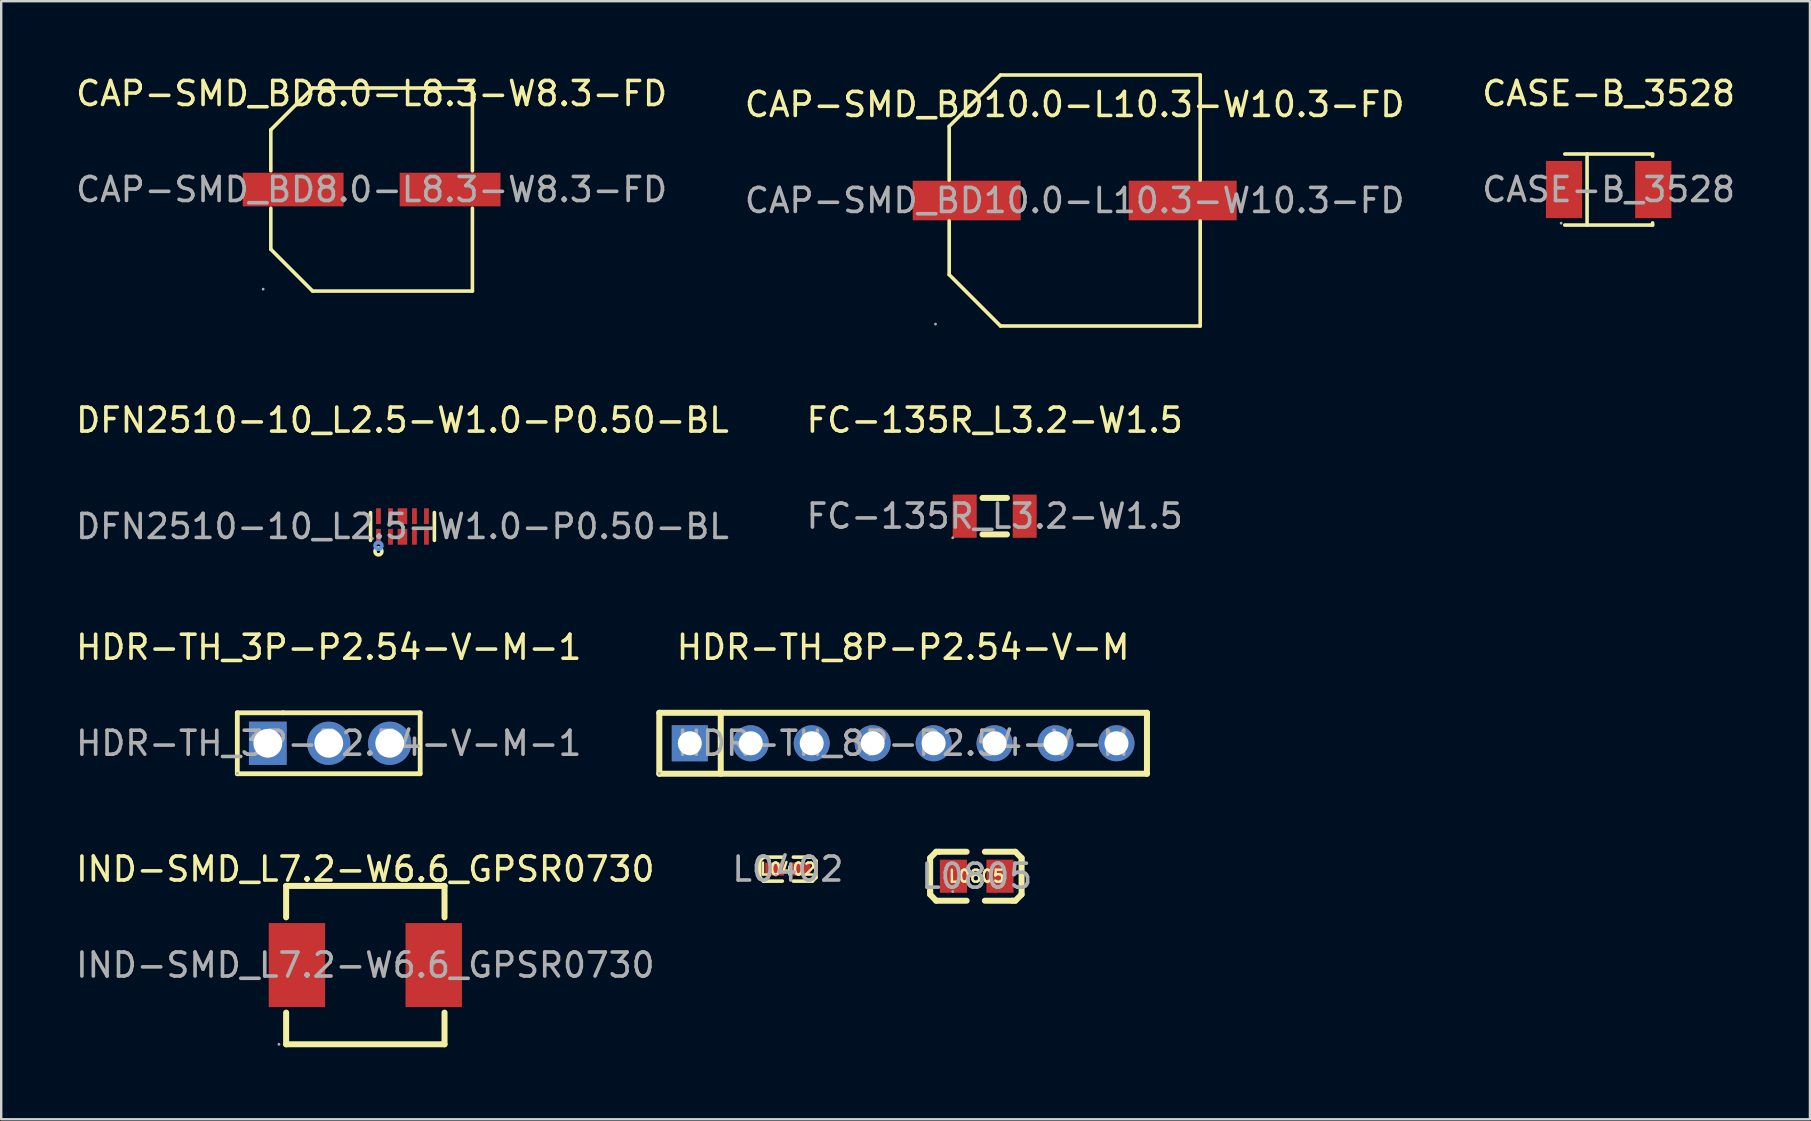
<source format=kicad_pcb>
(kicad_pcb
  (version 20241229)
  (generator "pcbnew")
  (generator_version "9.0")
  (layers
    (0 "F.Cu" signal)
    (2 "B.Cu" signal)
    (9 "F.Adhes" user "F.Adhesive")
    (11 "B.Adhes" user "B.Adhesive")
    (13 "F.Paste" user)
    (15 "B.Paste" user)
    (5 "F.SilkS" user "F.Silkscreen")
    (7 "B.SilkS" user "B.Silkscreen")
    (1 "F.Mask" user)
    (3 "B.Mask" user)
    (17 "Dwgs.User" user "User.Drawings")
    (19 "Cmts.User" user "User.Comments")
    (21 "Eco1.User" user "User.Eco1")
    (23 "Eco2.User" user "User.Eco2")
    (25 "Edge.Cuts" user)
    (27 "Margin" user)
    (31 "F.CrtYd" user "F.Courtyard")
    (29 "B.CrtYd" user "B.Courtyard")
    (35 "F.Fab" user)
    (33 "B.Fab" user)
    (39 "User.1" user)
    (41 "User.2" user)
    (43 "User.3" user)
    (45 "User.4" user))
  (footprint "L0402"
    (layer "F.Cu")
    (at 29.78 33.165)
    (property "Reference" "L0402" (at 0 0 0) (layer "F.SilkS") (effects (font (size 0.5 0.5) (thickness 0.1) (bold yes))))
    (attr smd)
    (fp_line (start -1.17 -0.35) (end -1.02 -0.5) (stroke (width 0.15) (type solid)) (layer "F.SilkS"))
    (fp_line (start -1.17 0.35) (end -1.17 -0.35) (stroke (width 0.15) (type solid)) (layer "F.SilkS"))
    (fp_line (start -1.02 -0.5) (end -0.23 -0.5) (stroke (width 0.15) (type solid)) (layer "F.SilkS"))
    (fp_line (start -1.02 0.5) (end -1.17 0.35) (stroke (width 0.15) (type solid)) (layer "F.SilkS"))
    (fp_line (start -0.23 0.5) (end -1.02 0.5) (stroke (width 0.15) (type solid)) (layer "F.SilkS"))
    (fp_line (start 0.23 0.5) (end 1.02 0.5) (stroke (width 0.15) (type solid)) (layer "F.SilkS"))
    (fp_line (start 1.02 -0.5) (end 0.23 -0.5) (stroke (width 0.15) (type solid)) (layer "F.SilkS"))
    (fp_line (start 1.02 0.5) (end 1.17 0.35) (stroke (width 0.15) (type solid)) (layer "F.SilkS"))
    (fp_line (start 1.17 -0.35) (end 1.02 -0.5) (stroke (width 0.15) (type solid)) (layer "F.SilkS"))
    (fp_line (start 1.17 0.35) (end 1.17 -0.35) (stroke (width 0.15) (type solid)) (layer "F.SilkS"))
    (fp_circle (center -0.5 0.25) (end -0.47 0.25) (stroke (width 0.06) (type solid)) (fill no) (layer "F.Fab"))
    (fp_text user "${REFERENCE}" (at 0 0 0) (layer "F.Fab") (effects (font (size 1 1) (thickness 0.15))))
    (pad "1" smd rect (at -0.55 0) (size 0.79 0.54) (layers "F.Cu" "F.Mask" "F.Paste"))
    (pad "2" smd rect (at 0.55 0) (size 0.79 0.54) (layers "F.Cu" "F.Mask" "F.Paste")))
  (footprint "HDR-TH_8P-P2.54-V-M"
    (layer "F.Cu")
    (at 34.583 27.922)
    (property "Reference" "HDR-TH_8P-P2.54-V-M" (at 0 -4 0) (layer "F.SilkS") (effects (font (size 1 1) (thickness 0.15))))
    (attr through_hole)
    (fp_line (start -10.16 -1.27) (end 10.16 -1.27) (stroke (width 0.25) (type solid)) (layer "F.SilkS"))
    (fp_line (start -10.16 1.27) (end -10.16 -1.27) (stroke (width 0.25) (type solid)) (layer "F.SilkS"))
    (fp_line (start -7.6 -1.27) (end -7.6 1.27) (stroke (width 0.25) (type solid)) (layer "F.SilkS"))
    (fp_line (start 10.16 -1.27) (end 10.16 1.27) (stroke (width 0.25) (type solid)) (layer "F.SilkS"))
    (fp_line (start 10.16 1.27) (end -10.16 1.27) (stroke (width 0.25) (type solid)) (layer "F.SilkS"))
    (fp_circle (center -10.16 1.25) (end -10.13 1.25) (stroke (width 0.06) (type solid)) (fill no) (layer "F.Fab"))
    (fp_text user "${REFERENCE}" (at 0 0 0) (layer "F.Fab") (effects (font (size 1 1) (thickness 0.15))))
    (pad "1" thru_hole rect (at -8.89 0) (size 1.5 1.5) (drill 1) (layers "*.Cu" "*.Mask"))
    (pad "2" thru_hole circle (at -6.35 0) (size 1.5 1.5) (drill 1) (layers "*.Cu" "*.Mask"))
    (pad "3" thru_hole circle (at -3.81 0) (size 1.5 1.5) (drill 1) (layers "*.Cu" "*.Mask"))
    (pad "4" thru_hole circle (at -1.27 0) (size 1.5 1.5) (drill 1) (layers "*.Cu" "*.Mask"))
    (pad "5" thru_hole circle (at 1.27 0) (size 1.5 1.5) (drill 1) (layers "*.Cu" "*.Mask"))
    (pad "6" thru_hole circle (at 3.81 0) (size 1.5 1.5) (drill 1) (layers "*.Cu" "*.Mask"))
    (pad "7" thru_hole circle (at 6.35 0) (size 1.5 1.5) (drill 1) (layers "*.Cu" "*.Mask"))
    (pad "8" thru_hole circle (at 8.89 0) (size 1.5 1.5) (drill 1) (layers "*.Cu" "*.Mask")))
  (footprint "HDR-TH_3P-P2.54-V-M-1"
    (layer "F.Cu")
    (at 10.649 27.922)
    (property "Reference" "HDR-TH_3P-P2.54-V-M-1" (at 0 -4 0) (layer "F.SilkS") (effects (font (size 1 1) (thickness 0.15))))
    (attr smd)
    (fp_line (start -3.81 -1.27) (end -3.81 1.27) (stroke (width 0.2) (type solid)) (layer "F.SilkS"))
    (fp_line (start -3.81 1.27) (end 3.81 1.27) (stroke (width 0.2) (type solid)) (layer "F.SilkS"))
    (fp_line (start -1.9 -1.27) (end -3.81 -1.27) (stroke (width 0.2) (type solid)) (layer "F.SilkS"))
    (fp_line (start 3.81 -1.27) (end -1.9 -1.27) (stroke (width 0.2) (type solid)) (layer "F.SilkS"))
    (fp_line (start 3.81 1.27) (end 3.81 -1.27) (stroke (width 0.2) (type solid)) (layer "F.SilkS"))
    (fp_circle (center -3.81 1.25) (end -3.78 1.25) (stroke (width 0.06) (type solid)) (fill no) (layer "F.Fab"))
    (fp_text user "${REFERENCE}" (at 0 0 0) (layer "F.Fab") (effects (font (size 1 1) (thickness 0.15))))
    (pad "1" thru_hole rect (at -2.54 0) (size 1.57 1.8) (drill 1.2) (layers "*.Cu" "*.Paste" "*.Mask"))
    (pad "2" thru_hole circle (at 0 0) (size 1.8 1.8) (drill 1.2) (layers "*.Cu" "*.Paste" "*.Mask"))
    (pad "3" thru_hole circle (at 2.54 0) (size 1.8 1.8) (drill 1.2) (layers "*.Cu" "*.Paste" "*.Mask")))
  (footprint "IND-SMD_L7.2-W6.6_GPSR0730"
    (layer "F.Cu")
    (at 12.173 37.165)
    (property "Reference" "IND-SMD_L7.2-W6.6_GPSR0730" (at 0 -4 0) (layer "F.SilkS") (effects (font (size 1 1) (thickness 0.15))))
    (attr through_hole)
    (fp_line (start -3.3 -3.3) (end -3.3 -1.99) (stroke (width 0.25) (type solid)) (layer "F.SilkS"))
    (fp_line (start -3.3 -3.3) (end 3.3 -3.3) (stroke (width 0.25) (type solid)) (layer "F.SilkS"))
    (fp_line (start -3.3 1.98) (end -3.3 3.3) (stroke (width 0.25) (type solid)) (layer "F.SilkS"))
    (fp_line (start -3.3 3.3) (end 3.3 3.3) (stroke (width 0.25) (type solid)) (layer "F.SilkS"))
    (fp_line (start 3.3 -3.3) (end 3.3 -1.99) (stroke (width 0.25) (type solid)) (layer "F.SilkS"))
    (fp_line (start 3.3 1.98) (end 3.3 3.3) (stroke (width 0.25) (type solid)) (layer "F.SilkS"))
    (fp_circle (center -3.6 3.3) (end -3.57 3.3) (stroke (width 0.06) (type solid)) (fill no) (layer "F.Fab"))
    (fp_text user "${REFERENCE}" (at 0 0 0) (layer "F.Fab") (effects (font (size 1 1) (thickness 0.15))))
    (pad "1" smd rect (at -2.85 0) (size 2.35 3.5) (layers "F.Cu" "F.Mask" "F.Paste"))
    (pad "2" smd rect (at 2.85 0) (size 2.35 3.5) (layers "F.Cu" "F.Mask" "F.Paste")))
  (footprint "L0805"
    (layer "F.Cu")
    (at 37.649 33.462)
    (property "Reference" "L0805" (at 0 0 0) (layer "F.SilkS") (effects (font (size 0.5 0.5) (thickness 0.1) (bold yes))))
    (attr smd)
    (fp_line (start -1.94 -0.76) (end -1.94 0.64) (stroke (width 0.25) (type solid)) (layer "F.SilkS"))
    (fp_line (start -1.94 0.64) (end -1.94 0.76) (stroke (width 0.25) (type solid)) (layer "F.SilkS"))
    (fp_line (start -1.94 0.76) (end -1.69 1.02) (stroke (width 0.25) (type solid)) (layer "F.SilkS"))
    (fp_line (start -1.69 -1.02) (end -1.94 -0.76) (stroke (width 0.25) (type solid)) (layer "F.SilkS"))
    (fp_line (start -1.69 1.02) (end -0.42 1.02) (stroke (width 0.25) (type solid)) (layer "F.SilkS"))
    (fp_line (start -1.56 -1.02) (end -1.69 -1.02) (stroke (width 0.25) (type solid)) (layer "F.SilkS"))
    (fp_line (start -0.42 -1.02) (end -1.56 -1.02) (stroke (width 0.25) (type solid)) (layer "F.SilkS"))
    (fp_line (start 0.34 1.02) (end 1.48 1.02) (stroke (width 0.25) (type solid)) (layer "F.SilkS"))
    (fp_line (start 1.48 1.02) (end 1.61 1.02) (stroke (width 0.25) (type solid)) (layer "F.SilkS"))
    (fp_line (start 1.61 -1.02) (end 0.34 -1.02) (stroke (width 0.25) (type solid)) (layer "F.SilkS"))
    (fp_line (start 1.61 1.02) (end 1.87 0.76) (stroke (width 0.25) (type solid)) (layer "F.SilkS"))
    (fp_line (start 1.87 -0.76) (end 1.61 -1.02) (stroke (width 0.25) (type solid)) (layer "F.SilkS"))
    (fp_line (start 1.87 -0.63) (end 1.87 -0.76) (stroke (width 0.25) (type solid)) (layer "F.SilkS"))
    (fp_line (start 1.87 0.76) (end 1.87 -0.63) (stroke (width 0.25) (type solid)) (layer "F.SilkS"))
    (fp_circle (center -1 0.64) (end -0.97 0.64) (stroke (width 0.06) (type solid)) (fill no) (layer "F.Fab"))
    (fp_text user "${REFERENCE}" (at 0 0 0) (layer "F.Fab") (effects (font (size 1 1) (thickness 0.15))))
    (pad "1" smd rect (at -0.97 0) (size 1.13 1.38) (layers "F.Cu" "F.Mask" "F.Paste"))
    (pad "2" smd rect (at 0.97 0) (size 1.13 1.38) (layers "F.Cu" "F.Mask" "F.Paste")))
  (footprint "DFN2510-10_L2.5-W1.0-P0.50-BL"
    (layer "F.Cu")
    (at 13.72 18.888)
    (property "Reference" "DFN2510-10_L2.5-W1.0-P0.50-BL" (at 0 -4.43 0) (layer "F.SilkS") (effects (font (size 1 1) (thickness 0.15))))
    (attr smd)
    (fp_line (start -1.33 0.58) (end -1.33 -0.58) (stroke (width 0.15) (type solid)) (layer "F.SilkS"))
    (fp_line (start 1.33 0.58) (end 1.33 -0.58) (stroke (width 0.15) (type solid)) (layer "F.SilkS"))
    (fp_circle (center -1 1.04) (end -0.93 1.04) (stroke (width 0.15) (type solid)) (fill no) (layer "F.SilkS"))
    (fp_circle (center -1 0.8) (end -0.93 0.8) (stroke (width 0.15) (type solid)) (fill no) (layer "Cmts.User"))
    (fp_circle (center -1.25 0.5) (end -1.22 0.5) (stroke (width 0.06) (type solid)) (fill no) (layer "F.Fab"))
    (fp_text user "${REFERENCE}" (at 0 0 0) (layer "F.Fab") (effects (font (size 1 1) (thickness 0.15))))
    (pad "1" smd rect (at -1 0.43) (size 0.2 0.66) (layers "F.Cu" "F.Mask" "F.Paste"))
    (pad "2" smd rect (at -0.5 0.43) (size 0.2 0.66) (layers "F.Cu" "F.Mask" "F.Paste"))
    (pad "3" smd rect (at 0 0.43) (size 0.4 0.66) (layers "F.Cu" "F.Mask" "F.Paste"))
    (pad "4" smd rect (at 0.5 0.43) (size 0.2 0.66) (layers "F.Cu" "F.Mask" "F.Paste"))
    (pad "5" smd rect (at 1 0.43) (size 0.2 0.66) (layers "F.Cu" "F.Mask" "F.Paste"))
    (pad "6" smd rect (at 1 -0.43) (size 0.2 0.66) (layers "F.Cu" "F.Mask" "F.Paste"))
    (pad "7" smd rect (at 0.5 -0.43) (size 0.2 0.66) (layers "F.Cu" "F.Mask" "F.Paste"))
    (pad "8" smd rect (at 0 -0.43) (size 0.4 0.66) (layers "F.Cu" "F.Mask" "F.Paste"))
    (pad "9" smd rect (at -0.5 -0.43) (size 0.2 0.66) (layers "F.Cu" "F.Mask" "F.Paste"))
    (pad "10" smd rect (at -1 -0.43) (size 0.2 0.66) (layers "F.Cu" "F.Mask" "F.Paste")))
  (footprint "CAP-SMD_BD8.0-L8.3-W8.3-FD"
    (layer "F.Cu")
    (at 12.435 4.848)
    (property "Reference" "CAP-SMD_BD8.0-L8.3-W8.3-FD" (at 0 -4 0) (layer "F.SilkS") (effects (font (size 1 1) (thickness 0.15))))
    (attr smd)
    (fp_line (start -4.2 -2.49) (end -4.2 -0.78) (stroke (width 0.15) (type solid)) (layer "F.SilkS"))
    (fp_line (start -4.2 2.49) (end -4.2 0.78) (stroke (width 0.15) (type solid)) (layer "F.SilkS"))
    (fp_line (start -2.46 -4.23) (end -4.2 -2.49) (stroke (width 0.15) (type solid)) (layer "F.SilkS"))
    (fp_line (start -2.46 4.23) (end -4.2 2.49) (stroke (width 0.15) (type solid)) (layer "F.SilkS"))
    (fp_line (start 4.2 -4.23) (end -2.46 -4.23) (stroke (width 0.15) (type solid)) (layer "F.SilkS"))
    (fp_line (start 4.2 -0.78) (end 4.2 -4.23) (stroke (width 0.15) (type solid)) (layer "F.SilkS"))
    (fp_line (start 4.2 0.78) (end 4.2 4.23) (stroke (width 0.15) (type solid)) (layer "F.SilkS"))
    (fp_line (start 4.2 4.23) (end -2.46 4.23) (stroke (width 0.15) (type solid)) (layer "F.SilkS"))
    (fp_circle (center -4.52 4.15) (end -4.49 4.15) (stroke (width 0.06) (type solid)) (fill no) (layer "F.Fab"))
    (fp_text user "${REFERENCE}" (at 0 0 0) (layer "F.Fab") (effects (font (size 1 1) (thickness 0.15))))
    (pad "1" smd rect (at -3.27 0) (size 4.2 1.4) (layers "F.Cu" "F.Mask" "F.Paste"))
    (pad "2" smd rect (at 3.27 0) (size 4.2 1.4) (layers "F.Cu" "F.Mask" "F.Paste")))
  (footprint "FC-135R_L3.2-W1.5"
    (layer "F.Cu")
    (at 38.399 18.458)
    (property "Reference" "FC-135R_L3.2-W1.5" (at 0 -4 0) (layer "F.SilkS") (effects (font (size 1 1) (thickness 0.15))))
    (attr smd)
    (fp_line (start -0.51 -0.76) (end 0.51 -0.76) (stroke (width 0.25) (type solid)) (layer "F.SilkS"))
    (fp_line (start 0.51 0.76) (end -0.51 0.76) (stroke (width 0.25) (type solid)) (layer "F.SilkS"))
    (fp_circle (center -1.75 0.9) (end -1.72 0.9) (stroke (width 0.06) (type solid)) (fill no) (layer "F.Fab"))
    (fp_text user "${REFERENCE}" (at 0 0 0) (layer "F.Fab") (effects (font (size 1 1) (thickness 0.15))))
    (pad "1" smd rect (at -1.25 0 90) (size 1.8 1) (layers "F.Cu" "F.Mask" "F.Paste"))
    (pad "2" smd rect (at 1.25 0 90) (size 1.8 1) (layers "F.Cu" "F.Mask" "F.Paste")))
  (footprint "CAP-SMD_BD10.0-L10.3-W10.3-FD"
    (layer "F.Cu")
    (at 41.732 5.305)
    (property "Reference" "CAP-SMD_BD10.0-L10.3-W10.3-FD" (at 0 -4 0) (layer "F.SilkS") (effects (font (size 1 1) (thickness 0.15))))
    (attr smd)
    (fp_line (start -5.23 -3.09) (end -5.23 -0.85) (stroke (width 0.15) (type solid)) (layer "F.SilkS"))
    (fp_line (start -5.23 3.09) (end -5.23 0.85) (stroke (width 0.15) (type solid)) (layer "F.SilkS"))
    (fp_line (start -3.09 -5.23) (end -5.23 -3.09) (stroke (width 0.15) (type solid)) (layer "F.SilkS"))
    (fp_line (start -3.09 5.23) (end -5.23 3.09) (stroke (width 0.15) (type solid)) (layer "F.SilkS"))
    (fp_line (start 5.23 -5.23) (end -3.09 -5.23) (stroke (width 0.15) (type solid)) (layer "F.SilkS"))
    (fp_line (start 5.23 -0.85) (end 5.23 -5.23) (stroke (width 0.15) (type solid)) (layer "F.SilkS"))
    (fp_line (start 5.23 0.85) (end 5.23 5.23) (stroke (width 0.15) (type solid)) (layer "F.SilkS"))
    (fp_line (start 5.23 5.23) (end -3.09 5.23) (stroke (width 0.15) (type solid)) (layer "F.SilkS"))
    (fp_circle (center -5.8 5.15) (end -5.77 5.15) (stroke (width 0.06) (type solid)) (fill no) (layer "F.Fab"))
    (fp_text user "${REFERENCE}" (at 0 0 0) (layer "F.Fab") (effects (font (size 1 1) (thickness 0.15))))
    (pad "1" smd rect (at -4.5 0) (size 4.5 1.65) (layers "F.Cu" "F.Mask" "F.Paste"))
    (pad "2" smd rect (at 4.5 0) (size 4.5 1.65) (layers "F.Cu" "F.Mask" "F.Paste")))
  (footprint "CASE-B_3528"
    (layer "F.Cu")
    (at 63.982 4.848)
    (property "Reference" "CASE-B_3528" (at 0 -4 0) (layer "F.SilkS") (effects (font (size 1 1) (thickness 0.15))))
    (attr smd)
    (fp_line (start -0.9 1.48) (end -0.9 -1.48) (stroke (width 0.15) (type solid)) (layer "F.SilkS"))
    (fp_line (start 1.83 -1.48) (end -1.83 -1.48) (stroke (width 0.15) (type solid)) (layer "F.SilkS"))
    (fp_line (start 1.83 -1.48) (end 1.83 -1.39) (stroke (width 0.15) (type solid)) (layer "F.SilkS"))
    (fp_line (start 1.83 1.48) (end -1.83 1.48) (stroke (width 0.15) (type solid)) (layer "F.SilkS"))
    (fp_line (start 1.83 1.48) (end 1.83 1.39) (stroke (width 0.15) (type solid)) (layer "F.SilkS"))
    (fp_circle (center -1.98 1.4) (end -1.95 1.4) (stroke (width 0.06) (type solid)) (fill no) (layer "F.Fab"))
    (fp_text user "${REFERENCE}" (at 0 0 0) (layer "F.Fab") (effects (font (size 1 1) (thickness 0.15))))
    (pad "1" smd rect (at -1.86 0 180) (size 1.51 2.38) (layers "F.Cu" "F.Mask" "F.Paste"))
    (pad "2" smd rect (at 1.86 0 180) (size 1.51 2.38) (layers "F.Cu" "F.Mask" "F.Paste")))
  (gr_rect
    (start -3 -3)
    (end 72.369 43.59)
    (stroke (width 0.1) (type default))
    (fill no)
    (layer "Edge.Cuts")))
</source>
